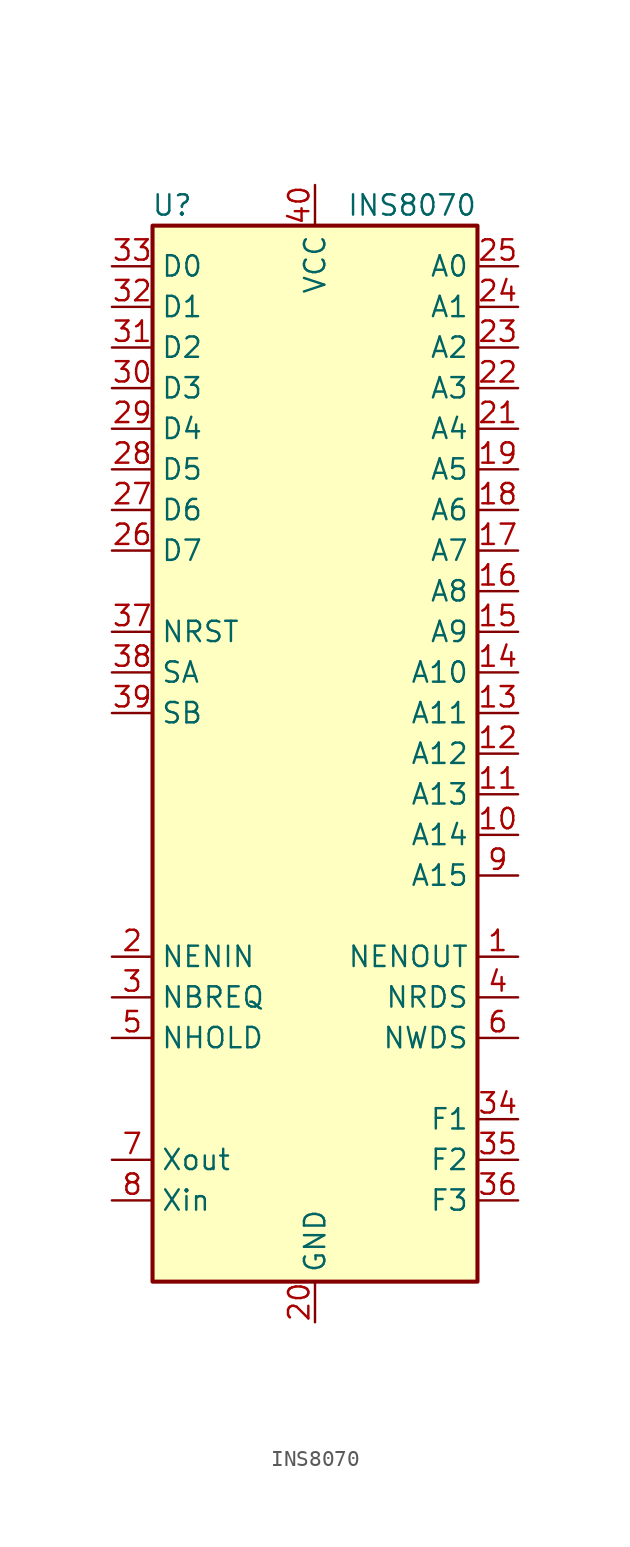
<source format=kicad_sym>
(kicad_symbol_lib
  (version 20220914)
  (generator kicad_symbol_editor)
  (symbol "INS8070"
    (property "Reference" "U"
      (at -7.62 34.29 0)
      (effects (font (size 1.27 1.27)) (justify right)))
    (property "Value" "INS8070"
      (at 10.16 34.29 0)
      (effects (font (size 1.27 1.27)) (justify right)))
    (symbol "INS8070_0_1"
      (rectangle (start -10.16 -33.02) (end 10.16 33.02) (stroke (width 0.254) (type default)) (fill (type background))))
    (symbol "INS8070_1_1"
      (pin output line (at 12.7 -12.7 180) (length 2.54) (name "NENOUT" (effects (font (size 1.27 1.27)))) (number "1" (effects (font (size 1.27 1.27)))))
      (pin output line (at 12.7 -5.08 180) (length 2.54) (name "A14" (effects (font (size 1.27 1.27)))) (number "10" (effects (font (size 1.27 1.27)))))
      (pin output line (at 12.7 -2.54 180) (length 2.54) (name "A13" (effects (font (size 1.27 1.27)))) (number "11" (effects (font (size 1.27 1.27)))))
      (pin output line (at 12.7 0 180) (length 2.54) (name "A12" (effects (font (size 1.27 1.27)))) (number "12" (effects (font (size 1.27 1.27)))))
      (pin output line (at 12.7 2.54 180) (length 2.54) (name "A11" (effects (font (size 1.27 1.27)))) (number "13" (effects (font (size 1.27 1.27)))))
      (pin output line (at 12.7 5.08 180) (length 2.54) (name "A10" (effects (font (size 1.27 1.27)))) (number "14" (effects (font (size 1.27 1.27)))))
      (pin output line (at 12.7 7.62 180) (length 2.54) (name "A9" (effects (font (size 1.27 1.27)))) (number "15" (effects (font (size 1.27 1.27)))))
      (pin output line (at 12.7 10.16 180) (length 2.54) (name "A8" (effects (font (size 1.27 1.27)))) (number "16" (effects (font (size 1.27 1.27)))))
      (pin output line (at 12.7 12.7 180) (length 2.54) (name "A7" (effects (font (size 1.27 1.27)))) (number "17" (effects (font (size 1.27 1.27)))))
      (pin output line (at 12.7 15.24 180) (length 2.54) (name "A6" (effects (font (size 1.27 1.27)))) (number "18" (effects (font (size 1.27 1.27)))))
      (pin output line (at 12.7 17.78 180) (length 2.54) (name "A5" (effects (font (size 1.27 1.27)))) (number "19" (effects (font (size 1.27 1.27)))))
      (pin input line (at -12.7 -12.7 0) (length 2.54) (name "NENIN" (effects (font (size 1.27 1.27)))) (number "2" (effects (font (size 1.27 1.27)))))
      (pin power_in line (at 0 -35.56 90) (length 2.54) (name "GND" (effects (font (size 1.27 1.27)))) (number "20" (effects (font (size 1.27 1.27)))))
      (pin output line (at 12.7 20.32 180) (length 2.54) (name "A4" (effects (font (size 1.27 1.27)))) (number "21" (effects (font (size 1.27 1.27)))))
      (pin output line (at 12.7 22.86 180) (length 2.54) (name "A3" (effects (font (size 1.27 1.27)))) (number "22" (effects (font (size 1.27 1.27)))))
      (pin output line (at 12.7 25.4 180) (length 2.54) (name "A2" (effects (font (size 1.27 1.27)))) (number "23" (effects (font (size 1.27 1.27)))))
      (pin output line (at 12.7 27.94 180) (length 2.54) (name "A1" (effects (font (size 1.27 1.27)))) (number "24" (effects (font (size 1.27 1.27)))))
      (pin output line (at 12.7 30.48 180) (length 2.54) (name "A0" (effects (font (size 1.27 1.27)))) (number "25" (effects (font (size 1.27 1.27)))))
      (pin bidirectional line (at -12.7 12.7 0) (length 2.54) (name "D7" (effects (font (size 1.27 1.27)))) (number "26" (effects (font (size 1.27 1.27)))))
      (pin bidirectional line (at -12.7 15.24 0) (length 2.54) (name "D6" (effects (font (size 1.27 1.27)))) (number "27" (effects (font (size 1.27 1.27)))))
      (pin bidirectional line (at -12.7 17.78 0) (length 2.54) (name "D5" (effects (font (size 1.27 1.27)))) (number "28" (effects (font (size 1.27 1.27)))))
      (pin bidirectional line (at -12.7 20.32 0) (length 2.54) (name "D4" (effects (font (size 1.27 1.27)))) (number "29" (effects (font (size 1.27 1.27)))))
      (pin bidirectional line (at -12.7 -15.24 0) (length 2.54) (name "NBREQ" (effects (font (size 1.27 1.27)))) (number "3" (effects (font (size 1.27 1.27)))))
      (pin bidirectional line (at -12.7 22.86 0) (length 2.54) (name "D3" (effects (font (size 1.27 1.27)))) (number "30" (effects (font (size 1.27 1.27)))))
      (pin bidirectional line (at -12.7 25.4 0) (length 2.54) (name "D2" (effects (font (size 1.27 1.27)))) (number "31" (effects (font (size 1.27 1.27)))))
      (pin bidirectional line (at -12.7 27.94 0) (length 2.54) (name "D1" (effects (font (size 1.27 1.27)))) (number "32" (effects (font (size 1.27 1.27)))))
      (pin bidirectional line (at -12.7 30.48 0) (length 2.54) (name "D0" (effects (font (size 1.27 1.27)))) (number "33" (effects (font (size 1.27 1.27)))))
      (pin output line (at 12.7 -22.86 180) (length 2.54) (name "F1" (effects (font (size 1.27 1.27)))) (number "34" (effects (font (size 1.27 1.27)))))
      (pin output line (at 12.7 -25.4 180) (length 2.54) (name "F2" (effects (font (size 1.27 1.27)))) (number "35" (effects (font (size 1.27 1.27)))))
      (pin input line (at 12.7 -27.94 180) (length 2.54) (name "F3" (effects (font (size 1.27 1.27)))) (number "36" (effects (font (size 1.27 1.27)))))
      (pin input line (at -12.7 7.62 0) (length 2.54) (name "NRST" (effects (font (size 1.27 1.27)))) (number "37" (effects (font (size 1.27 1.27)))))
      (pin input line (at -12.7 5.08 0) (length 2.54) (name "SA" (effects (font (size 1.27 1.27)))) (number "38" (effects (font (size 1.27 1.27)))))
      (pin input line (at -12.7 2.54 0) (length 2.54) (name "SB" (effects (font (size 1.27 1.27)))) (number "39" (effects (font (size 1.27 1.27)))))
      (pin output line (at 12.7 -15.24 180) (length 2.54) (name "NRDS" (effects (font (size 1.27 1.27)))) (number "4" (effects (font (size 1.27 1.27)))))
      (pin power_in line (at 0 35.56 270) (length 2.54) (name "VCC" (effects (font (size 1.27 1.27)))) (number "40" (effects (font (size 1.27 1.27)))))
      (pin input line (at -12.7 -17.78 0) (length 2.54) (name "NHOLD" (effects (font (size 1.27 1.27)))) (number "5" (effects (font (size 1.27 1.27)))))
      (pin output line (at 12.7 -17.78 180) (length 2.54) (name "NWDS" (effects (font (size 1.27 1.27)))) (number "6" (effects (font (size 1.27 1.27)))))
      (pin input line (at -12.7 -25.4 0) (length 2.54) (name "Xout" (effects (font (size 1.27 1.27)))) (number "7" (effects (font (size 1.27 1.27)))))
      (pin input line (at -12.7 -27.94 0) (length 2.54) (name "Xin" (effects (font (size 1.27 1.27)))) (number "8" (effects (font (size 1.27 1.27)))))
      (pin output line (at 12.7 -7.62 180) (length 2.54) (name "A15" (effects (font (size 1.27 1.27)))) (number "9" (effects (font (size 1.27 1.27))))))))
</source>
